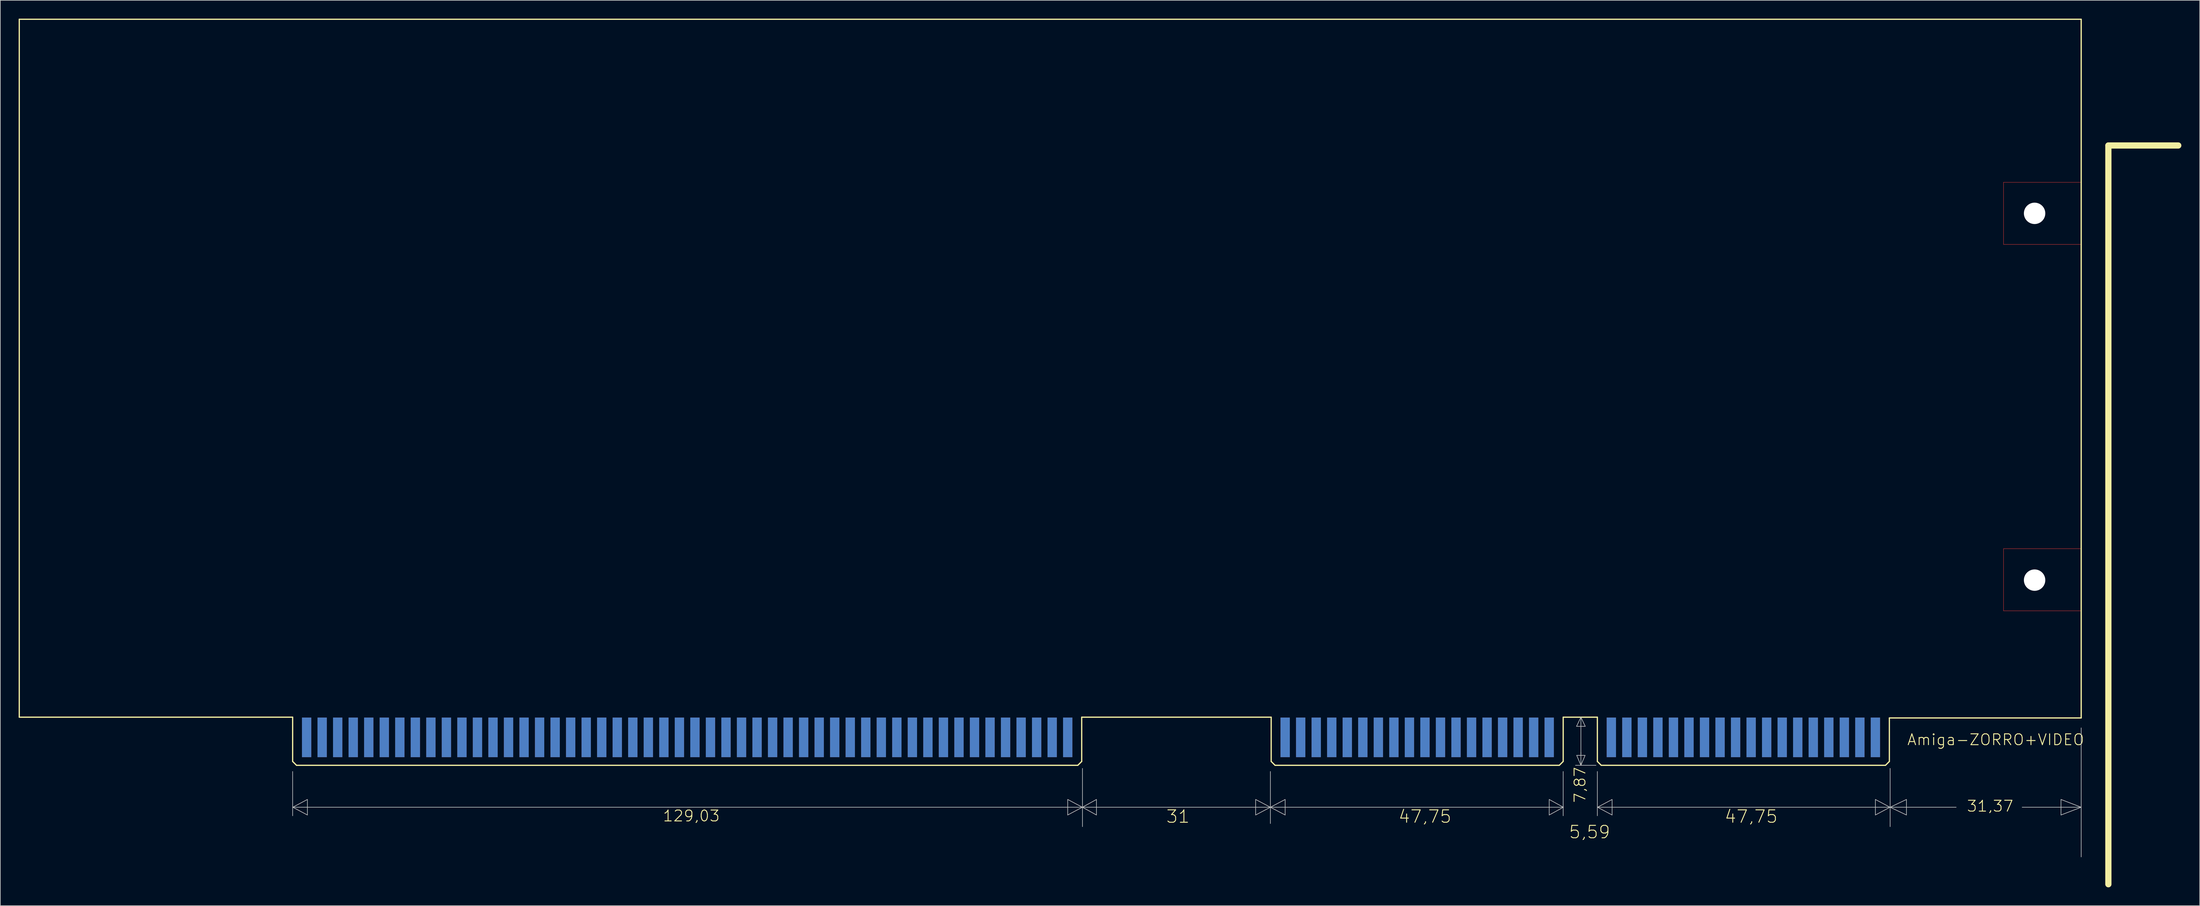
<source format=kicad_pcb>
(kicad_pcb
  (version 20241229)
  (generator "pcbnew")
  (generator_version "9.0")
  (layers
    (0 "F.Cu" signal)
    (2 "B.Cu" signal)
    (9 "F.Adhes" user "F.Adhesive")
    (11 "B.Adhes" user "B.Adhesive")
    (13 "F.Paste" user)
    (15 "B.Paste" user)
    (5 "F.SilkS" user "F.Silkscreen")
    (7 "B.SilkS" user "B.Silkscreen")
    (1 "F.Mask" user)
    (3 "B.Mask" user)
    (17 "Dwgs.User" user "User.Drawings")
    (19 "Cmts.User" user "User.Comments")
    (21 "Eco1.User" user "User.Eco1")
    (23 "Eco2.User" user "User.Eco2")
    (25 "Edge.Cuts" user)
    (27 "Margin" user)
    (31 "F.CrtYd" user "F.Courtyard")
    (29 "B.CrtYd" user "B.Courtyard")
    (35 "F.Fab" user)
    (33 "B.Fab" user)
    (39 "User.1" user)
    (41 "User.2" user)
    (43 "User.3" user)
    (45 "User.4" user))
  (footprint "Amiga-ZORRO+VIDEO"
    (layer "F.Cu")
    (at 337.287 114.402)
    (property "Reference" "Amiga-ZORRO+VIDEO" (at -13.97 3.556 0) (layer "F.SilkS") (effects (font (size 1.778 1.778) (thickness 0.152))))
    (attr smd)
    (fp_line (start -12.7 -87.63) (end 0 -87.63) (stroke (width 0.066) (type solid)) (layer "F.Cu"))
    (fp_line (start -12.7 -77.47) (end -12.7 -87.63) (stroke (width 0.066) (type solid)) (layer "F.Cu"))
    (fp_line (start -12.7 -77.47) (end 0 -77.47) (stroke (width 0.066) (type solid)) (layer "F.Cu"))
    (fp_line (start -12.7 -27.686) (end 0 -27.686) (stroke (width 0.066) (type solid)) (layer "F.Cu"))
    (fp_line (start -12.7 -17.523) (end -12.7 -27.686) (stroke (width 0.066) (type solid)) (layer "F.Cu"))
    (fp_line (start -12.7 -17.523) (end 0 -17.523) (stroke (width 0.066) (type solid)) (layer "F.Cu"))
    (fp_line (start 0 -77.47) (end 0 -87.63) (stroke (width 0.066) (type solid)) (layer "F.Cu"))
    (fp_line (start 0 -17.523) (end 0 -27.686) (stroke (width 0.066) (type solid)) (layer "F.Cu"))
    (fp_line (start -337.185 -114.3) (end 0 -114.3) (stroke (width 0.203) (type solid)) (layer "F.SilkS"))
    (fp_line (start -337.185 -0.127) (end -337.185 -114.3) (stroke (width 0.203) (type solid)) (layer "F.SilkS"))
    (fp_line (start -292.481 -0.127) (end -337.185 -0.127) (stroke (width 0.203) (type solid)) (layer "F.SilkS"))
    (fp_line (start -292.481 -0.127) (end -292.481 7.112) (stroke (width 0.203) (type solid)) (layer "F.SilkS"))
    (fp_line (start -291.846 7.747) (end -292.481 7.112) (stroke (width 0.203) (type solid)) (layer "F.SilkS"))
    (fp_line (start -164.084 7.747) (end -291.846 7.747) (stroke (width 0.203) (type solid)) (layer "F.SilkS"))
    (fp_line (start -163.446 -0.127) (end -163.446 7.112) (stroke (width 0.203) (type solid)) (layer "F.SilkS"))
    (fp_line (start -163.446 7.112) (end -164.084 7.747) (stroke (width 0.203) (type solid)) (layer "F.SilkS"))
    (fp_line (start -132.461 -0.127) (end -163.446 -0.127) (stroke (width 0.203) (type solid)) (layer "F.SilkS"))
    (fp_line (start -132.461 -0.127) (end -132.461 7.112) (stroke (width 0.203) (type solid)) (layer "F.SilkS"))
    (fp_line (start -131.826 7.747) (end -132.461 7.112) (stroke (width 0.203) (type solid)) (layer "F.SilkS"))
    (fp_line (start -85.344 7.747) (end -131.826 7.747) (stroke (width 0.203) (type solid)) (layer "F.SilkS"))
    (fp_line (start -84.709 -0.127) (end -84.709 7.112) (stroke (width 0.203) (type solid)) (layer "F.SilkS"))
    (fp_line (start -84.709 7.112) (end -85.344 7.747) (stroke (width 0.203) (type solid)) (layer "F.SilkS"))
    (fp_line (start -79.121 -0.127) (end -84.709 -0.127) (stroke (width 0.203) (type solid)) (layer "F.SilkS"))
    (fp_line (start -79.121 -0.127) (end -79.121 7.112) (stroke (width 0.203) (type solid)) (layer "F.SilkS"))
    (fp_line (start -78.486 7.747) (end -79.121 7.112) (stroke (width 0.203) (type solid)) (layer "F.SilkS"))
    (fp_line (start -32.004 7.747) (end -78.486 7.747) (stroke (width 0.203) (type solid)) (layer "F.SilkS"))
    (fp_line (start -31.369 0) (end -31.369 7.112) (stroke (width 0.203) (type solid)) (layer "F.SilkS"))
    (fp_line (start -31.369 7.112) (end -32.004 7.747) (stroke (width 0.203) (type solid)) (layer "F.SilkS"))
    (fp_line (start 0 -114.3) (end 0 0) (stroke (width 0.203) (type solid)) (layer "F.SilkS"))
    (fp_line (start 0 0) (end -31.369 0) (stroke (width 0.203) (type solid)) (layer "F.SilkS"))
    (fp_line (start 4.445 -93.65) (end 15.875 -93.65) (stroke (width 1.016) (type solid)) (layer "F.SilkS"))
    (fp_line (start 4.445 27.203) (end 4.445 -93.65) (stroke (width 1.016) (type solid)) (layer "F.SilkS"))
    (fp_line (start -12.7 -87.63) (end 0 -87.63) (stroke (width 0.066) (type solid)) (layer "B.Adhes"))
    (fp_line (start -12.7 -77.47) (end -12.7 -87.63) (stroke (width 0.066) (type solid)) (layer "B.Adhes"))
    (fp_line (start -12.7 -77.47) (end 0 -77.47) (stroke (width 0.066) (type solid)) (layer "B.Adhes"))
    (fp_line (start -12.7 -27.686) (end 0 -27.686) (stroke (width 0.066) (type solid)) (layer "B.Adhes"))
    (fp_line (start -12.7 -17.523) (end -12.7 -27.686) (stroke (width 0.066) (type solid)) (layer "B.Adhes"))
    (fp_line (start -12.7 -17.523) (end 0 -17.523) (stroke (width 0.066) (type solid)) (layer "B.Adhes"))
    (fp_line (start 0 -77.47) (end 0 -87.63) (stroke (width 0.066) (type solid)) (layer "B.Adhes"))
    (fp_line (start 0 -17.523) (end 0 -27.686) (stroke (width 0.066) (type solid)) (layer "B.Adhes"))
    (fp_line (start -292.481 8.76) (end -292.481 16.002) (stroke (width 0.1) (type solid)) (layer "Dwgs.User"))
    (fp_line (start -292.456 14.605) (end -290.068 13.335) (stroke (width 0.1) (type solid)) (layer "Dwgs.User"))
    (fp_line (start -290.068 13.335) (end -290.068 15.875) (stroke (width 0.1) (type solid)) (layer "Dwgs.User"))
    (fp_line (start -290.068 15.875) (end -292.456 14.605) (stroke (width 0.1) (type solid)) (layer "Dwgs.User"))
    (fp_line (start -165.735 13.335) (end -165.735 15.875) (stroke (width 0.1) (type solid)) (layer "Dwgs.User"))
    (fp_line (start -165.735 15.875) (end -163.347 14.605) (stroke (width 0.1) (type solid)) (layer "Dwgs.User"))
    (fp_line (start -163.347 14.605) (end -292.456 14.605) (stroke (width 0.1) (type solid)) (layer "Dwgs.User"))
    (fp_line (start -163.347 14.605) (end -165.735 13.335) (stroke (width 0.1) (type solid)) (layer "Dwgs.User"))
    (fp_line (start -163.322 14.605) (end -163.322 8.255) (stroke (width 0.1) (type solid)) (layer "Dwgs.User"))
    (fp_line (start -163.322 14.605) (end -161.036 13.335) (stroke (width 0.1) (type solid)) (layer "Dwgs.User"))
    (fp_line (start -163.322 14.605) (end -132.588 14.605) (stroke (width 0.1) (type solid)) (layer "Dwgs.User"))
    (fp_line (start -163.322 17.78) (end -163.322 14.605) (stroke (width 0.1) (type solid)) (layer "Dwgs.User"))
    (fp_line (start -161.036 13.335) (end -161.036 15.875) (stroke (width 0.1) (type solid)) (layer "Dwgs.User"))
    (fp_line (start -161.036 15.875) (end -163.322 14.605) (stroke (width 0.1) (type solid)) (layer "Dwgs.User"))
    (fp_line (start -135.001 13.335) (end -135.001 15.875) (stroke (width 0.1) (type solid)) (layer "Dwgs.User"))
    (fp_line (start -135.001 15.875) (end -132.588 14.605) (stroke (width 0.1) (type solid)) (layer "Dwgs.User"))
    (fp_line (start -132.588 8.76) (end -132.588 14.605) (stroke (width 0.1) (type solid)) (layer "Dwgs.User"))
    (fp_line (start -132.588 14.605) (end -135.001 13.335) (stroke (width 0.1) (type solid)) (layer "Dwgs.User"))
    (fp_line (start -132.588 14.605) (end -132.588 17.272) (stroke (width 0.1) (type solid)) (layer "Dwgs.User"))
    (fp_line (start -132.588 14.605) (end -130.175 13.335) (stroke (width 0.1) (type solid)) (layer "Dwgs.User"))
    (fp_line (start -132.588 14.605) (end -84.684 14.605) (stroke (width 0.1) (type solid)) (layer "Dwgs.User"))
    (fp_line (start -130.175 13.335) (end -130.175 15.875) (stroke (width 0.1) (type solid)) (layer "Dwgs.User"))
    (fp_line (start -130.175 15.875) (end -132.588 14.605) (stroke (width 0.1) (type solid)) (layer "Dwgs.User"))
    (fp_line (start -86.995 13.335) (end -86.995 15.875) (stroke (width 0.1) (type solid)) (layer "Dwgs.User"))
    (fp_line (start -86.995 15.875) (end -84.684 14.605) (stroke (width 0.1) (type solid)) (layer "Dwgs.User"))
    (fp_line (start -84.709 8.76) (end -84.709 16.002) (stroke (width 0.1) (type solid)) (layer "Dwgs.User"))
    (fp_line (start -84.684 14.605) (end -86.995 13.335) (stroke (width 0.1) (type solid)) (layer "Dwgs.User"))
    (fp_line (start -82.525 1.372) (end -81.102 1.372) (stroke (width 0.1) (type solid)) (layer "Dwgs.User"))
    (fp_line (start -82.499 6.121) (end -81.813 7.747) (stroke (width 0.1) (type solid)) (layer "Dwgs.User"))
    (fp_line (start -81.813 -0.127) (end -82.525 1.372) (stroke (width 0.1) (type solid)) (layer "Dwgs.User"))
    (fp_line (start -81.813 -0.127) (end -81.813 7.747) (stroke (width 0.1) (type solid)) (layer "Dwgs.User"))
    (fp_line (start -81.813 5.893) (end -81.813 5.664) (stroke (width 0.1) (type solid)) (layer "Dwgs.User"))
    (fp_line (start -81.813 7.747) (end -82.7 7.747) (stroke (width 0.1) (type solid)) (layer "Dwgs.User"))
    (fp_line (start -81.813 7.747) (end -81.128 6.121) (stroke (width 0.1) (type solid)) (layer "Dwgs.User"))
    (fp_line (start -81.128 6.121) (end -82.499 6.121) (stroke (width 0.1) (type solid)) (layer "Dwgs.User"))
    (fp_line (start -81.102 1.372) (end -81.813 -0.127) (stroke (width 0.1) (type solid)) (layer "Dwgs.User"))
    (fp_line (start -79.35 7.747) (end -81.813 7.747) (stroke (width 0.1) (type solid)) (layer "Dwgs.User"))
    (fp_line (start -79.121 8.76) (end -79.121 16.002) (stroke (width 0.1) (type solid)) (layer "Dwgs.User"))
    (fp_line (start -79.096 14.605) (end -76.708 13.335) (stroke (width 0.1) (type solid)) (layer "Dwgs.User"))
    (fp_line (start -76.708 13.335) (end -76.708 15.875) (stroke (width 0.1) (type solid)) (layer "Dwgs.User"))
    (fp_line (start -76.708 15.875) (end -79.096 14.605) (stroke (width 0.1) (type solid)) (layer "Dwgs.User"))
    (fp_line (start -33.655 13.335) (end -33.655 15.875) (stroke (width 0.1) (type solid)) (layer "Dwgs.User"))
    (fp_line (start -33.655 15.875) (end -31.267 14.605) (stroke (width 0.1) (type solid)) (layer "Dwgs.User"))
    (fp_line (start -31.267 14.605) (end -79.096 14.605) (stroke (width 0.1) (type solid)) (layer "Dwgs.User"))
    (fp_line (start -31.267 14.605) (end -33.655 13.335) (stroke (width 0.1) (type solid)) (layer "Dwgs.User"))
    (fp_line (start -31.242 14.605) (end -28.575 13.335) (stroke (width 0.1) (type solid)) (layer "Dwgs.User"))
    (fp_line (start -31.242 14.605) (end -20.447 14.605) (stroke (width 0.1) (type solid)) (layer "Dwgs.User"))
    (fp_line (start -31.242 17.78) (end -31.242 8.255) (stroke (width 0.1) (type solid)) (layer "Dwgs.User"))
    (fp_line (start -28.575 13.335) (end -28.575 15.875) (stroke (width 0.1) (type solid)) (layer "Dwgs.User"))
    (fp_line (start -28.575 15.875) (end -31.242 14.605) (stroke (width 0.1) (type solid)) (layer "Dwgs.User"))
    (fp_line (start -9.652 14.605) (end 0 14.605) (stroke (width 0.1) (type solid)) (layer "Dwgs.User"))
    (fp_line (start -3.302 13.335) (end -3.302 15.875) (stroke (width 0.1) (type solid)) (layer "Dwgs.User"))
    (fp_line (start -3.302 15.875) (end 0 14.605) (stroke (width 0.1) (type solid)) (layer "Dwgs.User"))
    (fp_line (start 0 1.626) (end 0 22.733) (stroke (width 0.1) (type solid)) (layer "Dwgs.User"))
    (fp_line (start 0 14.605) (end -3.302 13.335) (stroke (width 0.1) (type solid)) (layer "Dwgs.User"))
    (fp_text user "31,37" (at -14.884 14.425 0) (layer "F.SilkS") (effects (font (size 1.778 1.778) (thickness 0.152))))
    (fp_text user "47,75" (at -53.975 16.129 0) (layer "F.SilkS") (effects (font (size 2.032 2.032) (thickness 0.152))))
    (fp_text user "7,87" (at -81.966 10.947 90) (layer "F.SilkS") (effects (font (size 1.778 1.778) (thickness 0.152))))
    (fp_text user "5,59" (at -80.391 18.669 0) (layer "F.SilkS") (effects (font (size 2.032 2.032) (thickness 0.152))))
    (fp_text user "47,75" (at -107.315 16.129 0) (layer "F.SilkS") (effects (font (size 2.032 2.032) (thickness 0.152))))
    (fp_text user "129,03" (at -227.279 16.027 0) (layer "F.SilkS") (effects (font (size 1.778 1.778) (thickness 0.152))))
    (fp_text user "31" (at -147.701 16.129 0) (layer "F.SilkS") (effects (font (size 2.032 2.032) (thickness 0.152))))
    (pad "" np_thru_hole circle (at -7.62 -82.55) (size 3.498 3.498) (drill 3.498) (layers "*.Cu" "*.Mask"))
    (pad "" np_thru_hole circle (at -7.62 -22.548) (size 3.498 3.498) (drill 3.498) (layers "*.Cu" "*.Mask"))
    (pad "1" smd rect (at -165.735 3.175) (size 1.524 6.477) (layers "B.Cu" "B.Mask"))
    (pad "2" smd rect (at -165.735 3.175) (size 1.524 6.477) (layers "F.Cu" "F.Mask" "F.Paste"))
    (pad "3" smd rect (at -168.275 3.175) (size 1.524 6.477) (layers "B.Cu" "B.Mask"))
    (pad "4" smd rect (at -168.275 3.175) (size 1.524 6.477) (layers "F.Cu" "F.Mask" "F.Paste"))
    (pad "5" smd rect (at -170.815 3.175) (size 1.524 6.477) (layers "B.Cu" "B.Mask"))
    (pad "6" smd rect (at -170.815 3.175) (size 1.524 6.477) (layers "F.Cu" "F.Mask" "F.Paste"))
    (pad "7" smd rect (at -173.355 3.175) (size 1.524 6.477) (layers "B.Cu" "B.Mask"))
    (pad "8" smd rect (at -173.355 3.175) (size 1.524 6.477) (layers "F.Cu" "F.Mask" "F.Paste"))
    (pad "9" smd rect (at -175.895 3.175) (size 1.524 6.477) (layers "B.Cu" "B.Mask"))
    (pad "10" smd rect (at -175.895 3.175) (size 1.524 6.477) (layers "F.Cu" "F.Mask" "F.Paste"))
    (pad "11" smd rect (at -178.435 3.175) (size 1.524 6.477) (layers "B.Cu" "B.Mask"))
    (pad "12" smd rect (at -178.435 3.175) (size 1.524 6.477) (layers "F.Cu" "F.Mask" "F.Paste"))
    (pad "13" smd rect (at -180.975 3.175) (size 1.524 6.477) (layers "B.Cu" "B.Mask"))
    (pad "14" smd rect (at -180.975 3.175) (size 1.524 6.477) (layers "F.Cu" "F.Mask" "F.Paste"))
    (pad "15" smd rect (at -183.515 3.175) (size 1.524 6.477) (layers "B.Cu" "B.Mask"))
    (pad "16" smd rect (at -183.515 3.175) (size 1.524 6.477) (layers "F.Cu" "F.Mask" "F.Paste"))
    (pad "17" smd rect (at -186.055 3.175) (size 1.524 6.477) (layers "B.Cu" "B.Mask"))
    (pad "18" smd rect (at -186.055 3.175) (size 1.524 6.477) (layers "F.Cu" "F.Mask" "F.Paste"))
    (pad "19" smd rect (at -188.595 3.175) (size 1.524 6.477) (layers "B.Cu" "B.Mask"))
    (pad "20" smd rect (at -188.595 3.175) (size 1.524 6.477) (layers "F.Cu" "F.Mask" "F.Paste"))
    (pad "21" smd rect (at -191.135 3.175) (size 1.524 6.477) (layers "B.Cu" "B.Mask"))
    (pad "22" smd rect (at -191.135 3.175) (size 1.524 6.477) (layers "F.Cu" "F.Mask" "F.Paste"))
    (pad "23" smd rect (at -193.675 3.175) (size 1.524 6.477) (layers "B.Cu" "B.Mask"))
    (pad "24" smd rect (at -193.675 3.175) (size 1.524 6.477) (layers "F.Cu" "F.Mask" "F.Paste"))
    (pad "25" smd rect (at -196.215 3.175) (size 1.524 6.477) (layers "B.Cu" "B.Mask"))
    (pad "26" smd rect (at -196.215 3.175) (size 1.524 6.477) (layers "F.Cu" "F.Mask" "F.Paste"))
    (pad "27" smd rect (at -198.755 3.175) (size 1.524 6.477) (layers "B.Cu" "B.Mask"))
    (pad "28" smd rect (at -198.755 3.175) (size 1.524 6.477) (layers "F.Cu" "F.Mask" "F.Paste"))
    (pad "29" smd rect (at -201.295 3.175) (size 1.524 6.477) (layers "B.Cu" "B.Mask"))
    (pad "30" smd rect (at -201.295 3.175) (size 1.524 6.477) (layers "F.Cu" "F.Mask" "F.Paste"))
    (pad "31" smd rect (at -203.835 3.175) (size 1.524 6.477) (layers "B.Cu" "B.Mask"))
    (pad "32" smd rect (at -203.835 3.175) (size 1.524 6.477) (layers "F.Cu" "F.Mask" "F.Paste"))
    (pad "33" smd rect (at -206.375 3.175) (size 1.524 6.477) (layers "B.Cu" "B.Mask"))
    (pad "34" smd rect (at -206.375 3.175) (size 1.524 6.477) (layers "F.Cu" "F.Mask" "F.Paste"))
    (pad "35" smd rect (at -208.915 3.175) (size 1.524 6.477) (layers "B.Cu" "B.Mask"))
    (pad "36" smd rect (at -208.915 3.175) (size 1.524 6.477) (layers "F.Cu" "F.Mask" "F.Paste"))
    (pad "37" smd rect (at -211.455 3.175) (size 1.524 6.477) (layers "B.Cu" "B.Mask"))
    (pad "38" smd rect (at -211.455 3.175) (size 1.524 6.477) (layers "F.Cu" "F.Mask" "F.Paste"))
    (pad "39" smd rect (at -213.995 3.175) (size 1.524 6.477) (layers "B.Cu" "B.Mask"))
    (pad "40" smd rect (at -213.995 3.175) (size 1.524 6.477) (layers "F.Cu" "F.Mask" "F.Paste"))
    (pad "41" smd rect (at -216.535 3.175) (size 1.524 6.477) (layers "B.Cu" "B.Mask"))
    (pad "42" smd rect (at -216.535 3.175) (size 1.524 6.477) (layers "F.Cu" "F.Mask" "F.Paste"))
    (pad "43" smd rect (at -219.075 3.175) (size 1.524 6.477) (layers "B.Cu" "B.Mask"))
    (pad "44" smd rect (at -219.075 3.175) (size 1.524 6.477) (layers "F.Cu" "F.Mask" "F.Paste"))
    (pad "45" smd rect (at -221.615 3.175) (size 1.524 6.477) (layers "B.Cu" "B.Mask"))
    (pad "46" smd rect (at -221.615 3.175) (size 1.524 6.477) (layers "F.Cu" "F.Mask" "F.Paste"))
    (pad "47" smd rect (at -224.155 3.175) (size 1.524 6.477) (layers "B.Cu" "B.Mask"))
    (pad "48" smd rect (at -224.155 3.175) (size 1.524 6.477) (layers "F.Cu" "F.Mask" "F.Paste"))
    (pad "49" smd rect (at -226.695 3.175) (size 1.524 6.477) (layers "B.Cu" "B.Mask"))
    (pad "50" smd rect (at -226.695 3.175) (size 1.524 6.477) (layers "F.Cu" "F.Mask" "F.Paste"))
    (pad "51" smd rect (at -229.235 3.175) (size 1.524 6.477) (layers "B.Cu" "B.Mask"))
    (pad "52" smd rect (at -229.235 3.175) (size 1.524 6.477) (layers "F.Cu" "F.Mask" "F.Paste"))
    (pad "53" smd rect (at -231.775 3.175) (size 1.524 6.477) (layers "B.Cu" "B.Mask"))
    (pad "54" smd rect (at -231.775 3.175) (size 1.524 6.477) (layers "F.Cu" "F.Mask" "F.Paste"))
    (pad "55" smd rect (at -234.315 3.175) (size 1.524 6.477) (layers "B.Cu" "B.Mask"))
    (pad "56" smd rect (at -234.315 3.175) (size 1.524 6.477) (layers "F.Cu" "F.Mask" "F.Paste"))
    (pad "57" smd rect (at -236.855 3.175) (size 1.524 6.477) (layers "B.Cu" "B.Mask"))
    (pad "58" smd rect (at -236.855 3.175) (size 1.524 6.477) (layers "F.Cu" "F.Mask" "F.Paste"))
    (pad "59" smd rect (at -239.395 3.175) (size 1.524 6.477) (layers "B.Cu" "B.Mask"))
    (pad "60" smd rect (at -239.395 3.175) (size 1.524 6.477) (layers "F.Cu" "F.Mask" "F.Paste"))
    (pad "61" smd rect (at -241.935 3.175) (size 1.524 6.477) (layers "B.Cu" "B.Mask"))
    (pad "62" smd rect (at -241.935 3.175) (size 1.524 6.477) (layers "F.Cu" "F.Mask" "F.Paste"))
    (pad "63" smd rect (at -244.475 3.175) (size 1.524 6.477) (layers "B.Cu" "B.Mask"))
    (pad "64" smd rect (at -244.475 3.175) (size 1.524 6.477) (layers "F.Cu" "F.Mask" "F.Paste"))
    (pad "65" smd rect (at -247.015 3.175) (size 1.524 6.477) (layers "B.Cu" "B.Mask"))
    (pad "66" smd rect (at -247.015 3.175) (size 1.524 6.477) (layers "F.Cu" "F.Mask" "F.Paste"))
    (pad "67" smd rect (at -249.555 3.175) (size 1.524 6.477) (layers "B.Cu" "B.Mask"))
    (pad "68" smd rect (at -249.555 3.175) (size 1.524 6.477) (layers "F.Cu" "F.Mask" "F.Paste"))
    (pad "69" smd rect (at -252.095 3.175) (size 1.524 6.477) (layers "B.Cu" "B.Mask"))
    (pad "70" smd rect (at -252.095 3.175) (size 1.524 6.477) (layers "F.Cu" "F.Mask" "F.Paste"))
    (pad "71" smd rect (at -254.635 3.175) (size 1.524 6.477) (layers "B.Cu" "B.Mask"))
    (pad "72" smd rect (at -254.635 3.175) (size 1.524 6.477) (layers "F.Cu" "F.Mask" "F.Paste"))
    (pad "73" smd rect (at -257.175 3.175) (size 1.524 6.477) (layers "B.Cu" "B.Mask"))
    (pad "74" smd rect (at -257.175 3.175) (size 1.524 6.477) (layers "F.Cu" "F.Mask" "F.Paste"))
    (pad "75" smd rect (at -259.715 3.175) (size 1.524 6.477) (layers "B.Cu" "B.Mask"))
    (pad "76" smd rect (at -259.715 3.175) (size 1.524 6.477) (layers "F.Cu" "F.Mask" "F.Paste"))
    (pad "77" smd rect (at -262.255 3.175) (size 1.524 6.477) (layers "B.Cu" "B.Mask"))
    (pad "78" smd rect (at -262.255 3.175) (size 1.524 6.477) (layers "F.Cu" "F.Mask" "F.Paste"))
    (pad "79" smd rect (at -264.795 3.175) (size 1.524 6.477) (layers "B.Cu" "B.Mask"))
    (pad "80" smd rect (at -264.795 3.175) (size 1.524 6.477) (layers "F.Cu" "F.Mask" "F.Paste"))
    (pad "81" smd rect (at -267.335 3.175) (size 1.524 6.477) (layers "B.Cu" "B.Mask"))
    (pad "82" smd rect (at -267.335 3.175) (size 1.524 6.477) (layers "F.Cu" "F.Mask" "F.Paste"))
    (pad "83" smd rect (at -269.875 3.175) (size 1.524 6.477) (layers "B.Cu" "B.Mask"))
    (pad "84" smd rect (at -269.875 3.175) (size 1.524 6.477) (layers "F.Cu" "F.Mask" "F.Paste"))
    (pad "85" smd rect (at -272.415 3.175) (size 1.524 6.477) (layers "B.Cu" "B.Mask"))
    (pad "86" smd rect (at -272.415 3.175) (size 1.524 6.477) (layers "F.Cu" "F.Mask" "F.Paste"))
    (pad "87" smd rect (at -274.955 3.175) (size 1.524 6.477) (layers "B.Cu" "B.Mask"))
    (pad "88" smd rect (at -274.955 3.175) (size 1.524 6.477) (layers "F.Cu" "F.Mask" "F.Paste"))
    (pad "89" smd rect (at -277.495 3.175) (size 1.524 6.477) (layers "B.Cu" "B.Mask"))
    (pad "90" smd rect (at -277.495 3.175) (size 1.524 6.477) (layers "F.Cu" "F.Mask" "F.Paste"))
    (pad "91" smd rect (at -280.035 3.175) (size 1.524 6.477) (layers "B.Cu" "B.Mask"))
    (pad "92" smd rect (at -280.035 3.175) (size 1.524 6.477) (layers "F.Cu" "F.Mask" "F.Paste"))
    (pad "93" smd rect (at -282.575 3.175) (size 1.524 6.477) (layers "B.Cu" "B.Mask"))
    (pad "94" smd rect (at -282.575 3.175) (size 1.524 6.477) (layers "F.Cu" "F.Mask" "F.Paste"))
    (pad "95" smd rect (at -285.115 3.175) (size 1.524 6.477) (layers "B.Cu" "B.Mask"))
    (pad "96" smd rect (at -285.115 3.175) (size 1.524 6.477) (layers "F.Cu" "F.Mask" "F.Paste"))
    (pad "97" smd rect (at -287.655 3.175) (size 1.524 6.477) (layers "B.Cu" "B.Mask"))
    (pad "98" smd rect (at -287.655 3.175) (size 1.524 6.477) (layers "F.Cu" "F.Mask" "F.Paste"))
    (pad "99" smd rect (at -290.195 3.175) (size 1.524 6.477) (layers "B.Cu" "B.Mask"))
    (pad "100" smd rect (at -290.195 3.175) (size 1.524 6.477) (layers "F.Cu" "F.Mask" "F.Paste"))
    (pad "A1" smd rect (at -33.655 3.175) (size 1.524 6.477) (layers "F.Cu" "F.Mask" "F.Paste"))
    (pad "A2" smd rect (at -36.195 3.175) (size 1.524 6.477) (layers "F.Cu" "F.Mask" "F.Paste"))
    (pad "A3" smd rect (at -38.735 3.175) (size 1.524 6.477) (layers "F.Cu" "F.Mask" "F.Paste"))
    (pad "A4" smd rect (at -41.275 3.175) (size 1.524 6.477) (layers "F.Cu" "F.Mask" "F.Paste"))
    (pad "A5" smd rect (at -43.815 3.175) (size 1.524 6.477) (layers "F.Cu" "F.Mask" "F.Paste"))
    (pad "A6" smd rect (at -46.355 3.175) (size 1.524 6.477) (layers "F.Cu" "F.Mask" "F.Paste"))
    (pad "A7" smd rect (at -48.895 3.175) (size 1.524 6.477) (layers "F.Cu" "F.Mask" "F.Paste"))
    (pad "A8" smd rect (at -51.435 3.175) (size 1.524 6.477) (layers "F.Cu" "F.Mask" "F.Paste"))
    (pad "A9" smd rect (at -53.975 3.175) (size 1.524 6.477) (layers "F.Cu" "F.Mask" "F.Paste"))
    (pad "A10" smd rect (at -56.515 3.175) (size 1.524 6.477) (layers "F.Cu" "F.Mask" "F.Paste"))
    (pad "A11" smd rect (at -59.055 3.175) (size 1.524 6.477) (layers "F.Cu" "F.Mask" "F.Paste"))
    (pad "A12" smd rect (at -61.595 3.175) (size 1.524 6.477) (layers "F.Cu" "F.Mask" "F.Paste"))
    (pad "A13" smd rect (at -64.135 3.175) (size 1.524 6.477) (layers "F.Cu" "F.Mask" "F.Paste"))
    (pad "A14" smd rect (at -66.675 3.175) (size 1.524 6.477) (layers "F.Cu" "F.Mask" "F.Paste"))
    (pad "A15" smd rect (at -69.215 3.175) (size 1.524 6.477) (layers "F.Cu" "F.Mask" "F.Paste"))
    (pad "A16" smd rect (at -71.755 3.175) (size 1.524 6.477) (layers "F.Cu" "F.Mask" "F.Paste"))
    (pad "A17" smd rect (at -74.295 3.175) (size 1.524 6.477) (layers "F.Cu" "F.Mask" "F.Paste"))
    (pad "A18" smd rect (at -76.835 3.175) (size 1.524 6.477) (layers "F.Cu" "F.Mask" "F.Paste"))
    (pad "B1" smd rect (at -33.655 3.175) (size 1.524 6.477) (layers "B.Cu" "B.Mask"))
    (pad "B2" smd rect (at -36.195 3.175) (size 1.524 6.477) (layers "B.Cu" "B.Mask"))
    (pad "B3" smd rect (at -38.735 3.175) (size 1.524 6.477) (layers "B.Cu" "B.Mask"))
    (pad "B4" smd rect (at -41.275 3.175) (size 1.524 6.477) (layers "B.Cu" "B.Mask"))
    (pad "B5" smd rect (at -43.815 3.175) (size 1.524 6.477) (layers "B.Cu" "B.Mask"))
    (pad "B6" smd rect (at -46.355 3.175) (size 1.524 6.477) (layers "B.Cu" "B.Mask"))
    (pad "B7" smd rect (at -48.895 3.175) (size 1.524 6.477) (layers "B.Cu" "B.Mask"))
    (pad "B8" smd rect (at -51.435 3.175) (size 1.524 6.477) (layers "B.Cu" "B.Mask"))
    (pad "B9" smd rect (at -53.975 3.175) (size 1.524 6.477) (layers "B.Cu" "B.Mask"))
    (pad "B10" smd rect (at -56.515 3.175) (size 1.524 6.477) (layers "B.Cu" "B.Mask"))
    (pad "B11" smd rect (at -59.055 3.175) (size 1.524 6.477) (layers "B.Cu" "B.Mask"))
    (pad "B12" smd rect (at -61.595 3.175) (size 1.524 6.477) (layers "B.Cu" "B.Mask"))
    (pad "B13" smd rect (at -64.135 3.175) (size 1.524 6.477) (layers "B.Cu" "B.Mask"))
    (pad "B14" smd rect (at -66.675 3.175) (size 1.524 6.477) (layers "B.Cu" "B.Mask"))
    (pad "B15" smd rect (at -69.215 3.175) (size 1.524 6.477) (layers "B.Cu" "B.Mask"))
    (pad "B16" smd rect (at -71.755 3.175) (size 1.524 6.477) (layers "B.Cu" "B.Mask"))
    (pad "B17" smd rect (at -74.295 3.175) (size 1.524 6.477) (layers "B.Cu" "B.Mask"))
    (pad "B18" smd rect (at -76.835 3.175) (size 1.524 6.477) (layers "B.Cu" "B.Mask"))
    (pad "C1" smd rect (at -86.995 3.175) (size 1.524 6.477) (layers "F.Cu" "F.Mask" "F.Paste"))
    (pad "C2" smd rect (at -89.535 3.175) (size 1.524 6.477) (layers "F.Cu" "F.Mask" "F.Paste"))
    (pad "C3" smd rect (at -92.075 3.175) (size 1.524 6.477) (layers "F.Cu" "F.Mask" "F.Paste"))
    (pad "C4" smd rect (at -94.615 3.175) (size 1.524 6.477) (layers "F.Cu" "F.Mask" "F.Paste"))
    (pad "C5" smd rect (at -97.155 3.175) (size 1.524 6.477) (layers "F.Cu" "F.Mask" "F.Paste"))
    (pad "C6" smd rect (at -99.695 3.175) (size 1.524 6.477) (layers "F.Cu" "F.Mask" "F.Paste"))
    (pad "C7" smd rect (at -102.235 3.175) (size 1.524 6.477) (layers "F.Cu" "F.Mask" "F.Paste"))
    (pad "C8" smd rect (at -104.775 3.175) (size 1.524 6.477) (layers "F.Cu" "F.Mask" "F.Paste"))
    (pad "C9" smd rect (at -107.315 3.175) (size 1.524 6.477) (layers "F.Cu" "F.Mask" "F.Paste"))
    (pad "C10" smd rect (at -109.855 3.175) (size 1.524 6.477) (layers "F.Cu" "F.Mask" "F.Paste"))
    (pad "C11" smd rect (at -112.395 3.175) (size 1.524 6.477) (layers "F.Cu" "F.Mask" "F.Paste"))
    (pad "C12" smd rect (at -114.935 3.175) (size 1.524 6.477) (layers "F.Cu" "F.Mask" "F.Paste"))
    (pad "C13" smd rect (at -117.475 3.175) (size 1.524 6.477) (layers "F.Cu" "F.Mask" "F.Paste"))
    (pad "C14" smd rect (at -120.015 3.175) (size 1.524 6.477) (layers "F.Cu" "F.Mask" "F.Paste"))
    (pad "C15" smd rect (at -122.555 3.175) (size 1.524 6.477) (layers "F.Cu" "F.Mask" "F.Paste"))
    (pad "C16" smd rect (at -125.095 3.175) (size 1.524 6.477) (layers "F.Cu" "F.Mask" "F.Paste"))
    (pad "C17" smd rect (at -127.635 3.175) (size 1.524 6.477) (layers "F.Cu" "F.Mask" "F.Paste"))
    (pad "C18" smd rect (at -130.175 3.175) (size 1.524 6.477) (layers "F.Cu" "F.Mask" "F.Paste"))
    (pad "D1" smd rect (at -86.995 3.175) (size 1.524 6.477) (layers "B.Cu" "B.Mask"))
    (pad "D2" smd rect (at -89.535 3.175) (size 1.524 6.477) (layers "B.Cu" "B.Mask"))
    (pad "D3" smd rect (at -92.075 3.175) (size 1.524 6.477) (layers "B.Cu" "B.Mask"))
    (pad "D4" smd rect (at -94.615 3.175) (size 1.524 6.477) (layers "B.Cu" "B.Mask"))
    (pad "D5" smd rect (at -97.155 3.175) (size 1.524 6.477) (layers "B.Cu" "B.Mask"))
    (pad "D6" smd rect (at -99.695 3.175) (size 1.524 6.477) (layers "B.Cu" "B.Mask"))
    (pad "D7" smd rect (at -102.235 3.175) (size 1.524 6.477) (layers "B.Cu" "B.Mask"))
    (pad "D8" smd rect (at -104.775 3.175) (size 1.524 6.477) (layers "B.Cu" "B.Mask"))
    (pad "D9" smd rect (at -107.315 3.175) (size 1.524 6.477) (layers "B.Cu" "B.Mask"))
    (pad "D10" smd rect (at -109.855 3.175) (size 1.524 6.477) (layers "B.Cu" "B.Mask"))
    (pad "D11" smd rect (at -112.395 3.175) (size 1.524 6.477) (layers "B.Cu" "B.Mask"))
    (pad "D12" smd rect (at -114.935 3.175) (size 1.524 6.477) (layers "B.Cu" "B.Mask"))
    (pad "D13" smd rect (at -117.475 3.175) (size 1.524 6.477) (layers "B.Cu" "B.Mask"))
    (pad "D14" smd rect (at -120.015 3.175) (size 1.524 6.477) (layers "B.Cu" "B.Mask"))
    (pad "D15" smd rect (at -122.555 3.175) (size 1.524 6.477) (layers "B.Cu" "B.Mask"))
    (pad "D16" smd rect (at -125.095 3.175) (size 1.524 6.477) (layers "B.Cu" "B.Mask"))
    (pad "D17" smd rect (at -127.635 3.175) (size 1.524 6.477) (layers "B.Cu" "B.Mask"))
    (pad "D18" smd rect (at -130.175 3.175) (size 1.524 6.477) (layers "B.Cu" "B.Mask")))
  (gr_rect
    (start -3 -3)
    (end 356.67 145.113)
    (stroke (width 0.1) (type default))
    (fill no)
    (layer "Edge.Cuts")))
</source>
